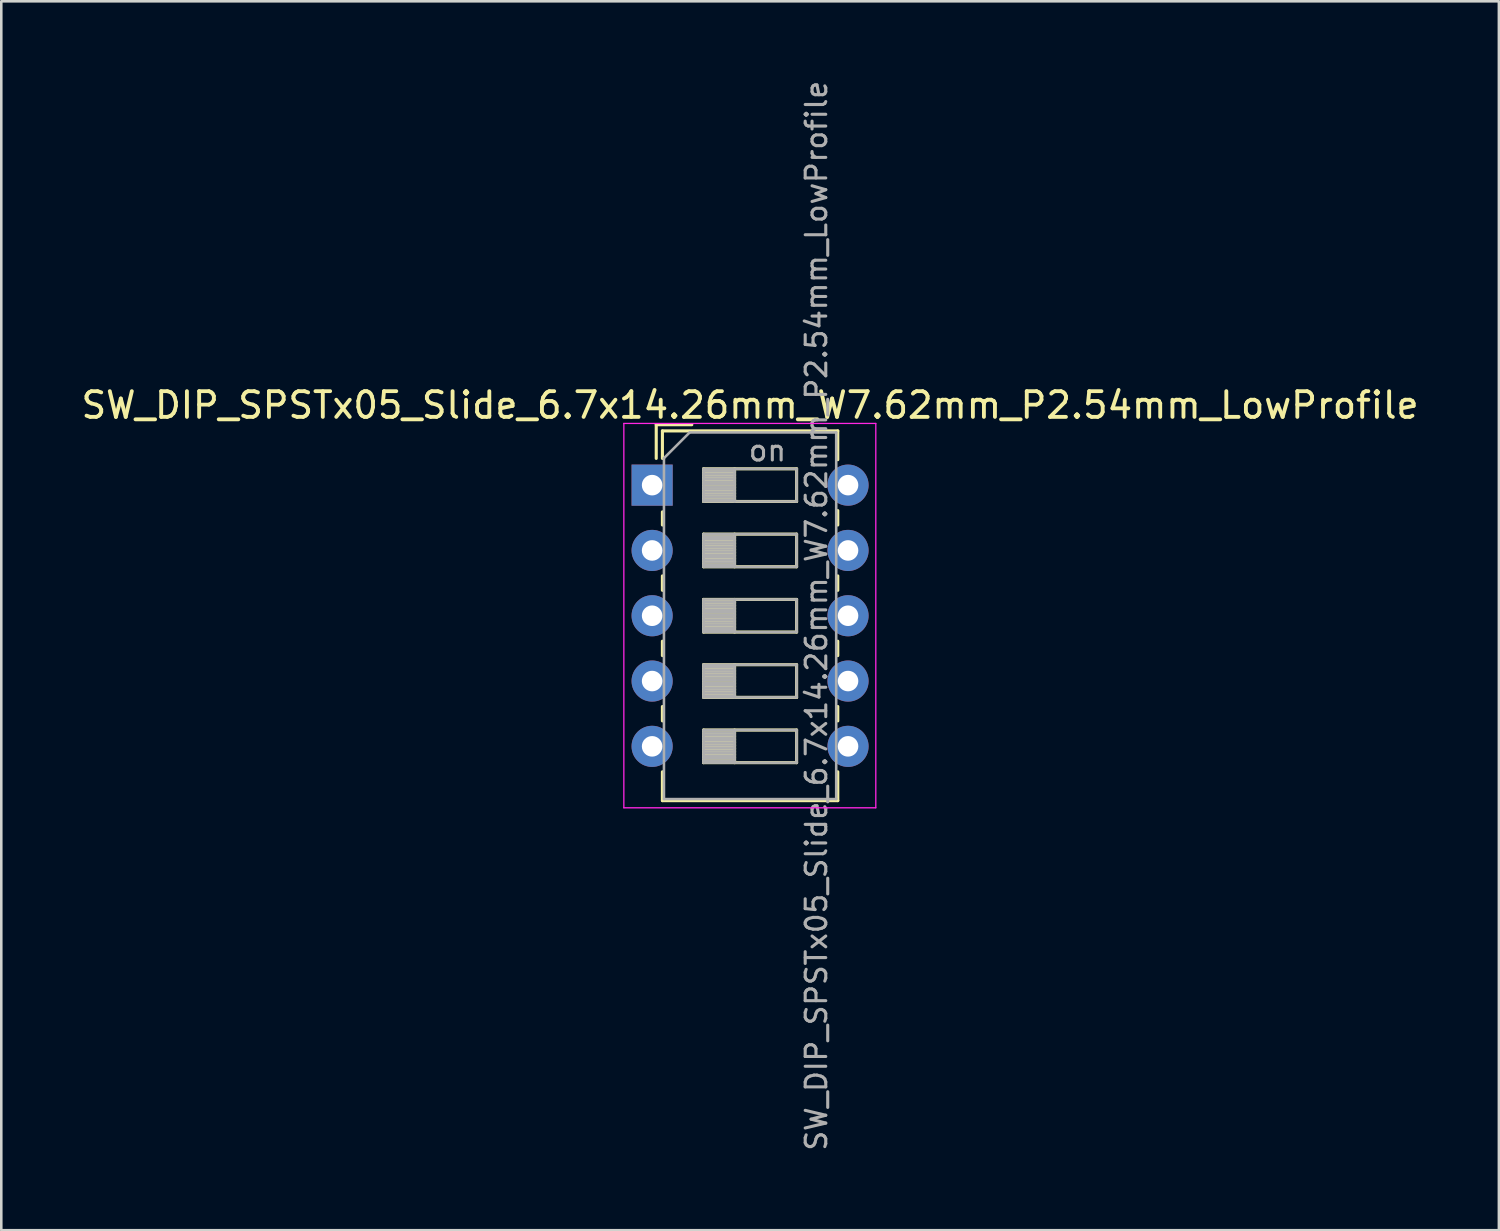
<source format=kicad_pcb>
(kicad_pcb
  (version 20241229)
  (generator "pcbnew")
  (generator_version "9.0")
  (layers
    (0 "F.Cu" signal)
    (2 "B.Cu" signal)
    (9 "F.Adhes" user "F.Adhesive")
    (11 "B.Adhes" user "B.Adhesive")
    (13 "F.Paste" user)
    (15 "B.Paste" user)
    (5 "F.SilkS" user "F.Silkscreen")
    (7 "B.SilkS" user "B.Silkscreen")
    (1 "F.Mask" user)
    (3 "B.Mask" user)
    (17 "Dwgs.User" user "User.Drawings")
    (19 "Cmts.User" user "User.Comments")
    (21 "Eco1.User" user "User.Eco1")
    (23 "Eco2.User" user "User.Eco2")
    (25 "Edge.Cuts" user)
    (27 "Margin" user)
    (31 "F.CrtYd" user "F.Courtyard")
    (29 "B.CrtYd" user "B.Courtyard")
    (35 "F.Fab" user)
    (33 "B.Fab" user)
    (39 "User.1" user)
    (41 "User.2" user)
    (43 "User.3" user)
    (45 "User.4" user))
  (footprint "SW_DIP_SPSTx05_Slide_6.7x14.26mm_W7.62mm_P2.54mm_LowProfile"
    (layer "F.Cu")
    (at 22.315 15.82)
    (property "Reference" "SW_DIP_SPSTx05_Slide_6.7x14.26mm_W7.62mm_P2.54mm_LowProfile" (at 3.81 -3.11 0) (layer "F.SilkS") (effects (font (size 1 1) (thickness 0.15))))
    (attr through_hole)
    (fp_line (start 0.16 -2.35) (end 0.16 -1.04) (stroke (width 0.12) (type solid)) (layer "F.SilkS"))
    (fp_line (start 0.16 -2.35) (end 1.543 -2.35) (stroke (width 0.12) (type solid)) (layer "F.SilkS"))
    (fp_line (start 0.4 -2.11) (end 0.4 -1.04) (stroke (width 0.12) (type solid)) (layer "F.SilkS"))
    (fp_line (start 0.4 -2.11) (end 7.221 -2.11) (stroke (width 0.12) (type solid)) (layer "F.SilkS"))
    (fp_line (start 0.4 1.04) (end 0.4 1.551) (stroke (width 0.12) (type solid)) (layer "F.SilkS"))
    (fp_line (start 0.4 3.53) (end 0.4 4.091) (stroke (width 0.12) (type solid)) (layer "F.SilkS"))
    (fp_line (start 0.4 6.07) (end 0.4 6.631) (stroke (width 0.12) (type solid)) (layer "F.SilkS"))
    (fp_line (start 0.4 8.61) (end 0.4 9.17) (stroke (width 0.12) (type solid)) (layer "F.SilkS"))
    (fp_line (start 0.4 11.15) (end 0.4 12.271) (stroke (width 0.12) (type solid)) (layer "F.SilkS"))
    (fp_line (start 0.4 12.271) (end 7.221 12.271) (stroke (width 0.12) (type solid)) (layer "F.SilkS"))
    (fp_line (start 2 -0.635) (end 2 0.635) (stroke (width 0.12) (type solid)) (layer "F.SilkS"))
    (fp_line (start 2 -0.515) (end 3.207 -0.515) (stroke (width 0.12) (type solid)) (layer "F.SilkS"))
    (fp_line (start 2 -0.395) (end 3.207 -0.395) (stroke (width 0.12) (type solid)) (layer "F.SilkS"))
    (fp_line (start 2 -0.275) (end 3.207 -0.275) (stroke (width 0.12) (type solid)) (layer "F.SilkS"))
    (fp_line (start 2 -0.155) (end 3.207 -0.155) (stroke (width 0.12) (type solid)) (layer "F.SilkS"))
    (fp_line (start 2 -0.035) (end 3.207 -0.035) (stroke (width 0.12) (type solid)) (layer "F.SilkS"))
    (fp_line (start 2 0.085) (end 3.207 0.085) (stroke (width 0.12) (type solid)) (layer "F.SilkS"))
    (fp_line (start 2 0.205) (end 3.207 0.205) (stroke (width 0.12) (type solid)) (layer "F.SilkS"))
    (fp_line (start 2 0.325) (end 3.207 0.325) (stroke (width 0.12) (type solid)) (layer "F.SilkS"))
    (fp_line (start 2 0.445) (end 3.207 0.445) (stroke (width 0.12) (type solid)) (layer "F.SilkS"))
    (fp_line (start 2 0.565) (end 3.207 0.565) (stroke (width 0.12) (type solid)) (layer "F.SilkS"))
    (fp_line (start 2 0.635) (end 5.62 0.635) (stroke (width 0.12) (type solid)) (layer "F.SilkS"))
    (fp_line (start 2 1.905) (end 2 3.175) (stroke (width 0.12) (type solid)) (layer "F.SilkS"))
    (fp_line (start 2 2.025) (end 3.207 2.025) (stroke (width 0.12) (type solid)) (layer "F.SilkS"))
    (fp_line (start 2 2.145) (end 3.207 2.145) (stroke (width 0.12) (type solid)) (layer "F.SilkS"))
    (fp_line (start 2 2.265) (end 3.207 2.265) (stroke (width 0.12) (type solid)) (layer "F.SilkS"))
    (fp_line (start 2 2.385) (end 3.207 2.385) (stroke (width 0.12) (type solid)) (layer "F.SilkS"))
    (fp_line (start 2 2.505) (end 3.207 2.505) (stroke (width 0.12) (type solid)) (layer "F.SilkS"))
    (fp_line (start 2 2.625) (end 3.207 2.625) (stroke (width 0.12) (type solid)) (layer "F.SilkS"))
    (fp_line (start 2 2.745) (end 3.207 2.745) (stroke (width 0.12) (type solid)) (layer "F.SilkS"))
    (fp_line (start 2 2.865) (end 3.207 2.865) (stroke (width 0.12) (type solid)) (layer "F.SilkS"))
    (fp_line (start 2 2.985) (end 3.207 2.985) (stroke (width 0.12) (type solid)) (layer "F.SilkS"))
    (fp_line (start 2 3.105) (end 3.207 3.105) (stroke (width 0.12) (type solid)) (layer "F.SilkS"))
    (fp_line (start 2 3.175) (end 5.62 3.175) (stroke (width 0.12) (type solid)) (layer "F.SilkS"))
    (fp_line (start 2 4.445) (end 2 5.715) (stroke (width 0.12) (type solid)) (layer "F.SilkS"))
    (fp_line (start 2 4.565) (end 3.207 4.565) (stroke (width 0.12) (type solid)) (layer "F.SilkS"))
    (fp_line (start 2 4.685) (end 3.207 4.685) (stroke (width 0.12) (type solid)) (layer "F.SilkS"))
    (fp_line (start 2 4.805) (end 3.207 4.805) (stroke (width 0.12) (type solid)) (layer "F.SilkS"))
    (fp_line (start 2 4.925) (end 3.207 4.925) (stroke (width 0.12) (type solid)) (layer "F.SilkS"))
    (fp_line (start 2 5.045) (end 3.207 5.045) (stroke (width 0.12) (type solid)) (layer "F.SilkS"))
    (fp_line (start 2 5.165) (end 3.207 5.165) (stroke (width 0.12) (type solid)) (layer "F.SilkS"))
    (fp_line (start 2 5.285) (end 3.207 5.285) (stroke (width 0.12) (type solid)) (layer "F.SilkS"))
    (fp_line (start 2 5.405) (end 3.207 5.405) (stroke (width 0.12) (type solid)) (layer "F.SilkS"))
    (fp_line (start 2 5.525) (end 3.207 5.525) (stroke (width 0.12) (type solid)) (layer "F.SilkS"))
    (fp_line (start 2 5.645) (end 3.207 5.645) (stroke (width 0.12) (type solid)) (layer "F.SilkS"))
    (fp_line (start 2 5.715) (end 5.62 5.715) (stroke (width 0.12) (type solid)) (layer "F.SilkS"))
    (fp_line (start 2 6.985) (end 2 8.255) (stroke (width 0.12) (type solid)) (layer "F.SilkS"))
    (fp_line (start 2 7.105) (end 3.207 7.105) (stroke (width 0.12) (type solid)) (layer "F.SilkS"))
    (fp_line (start 2 7.225) (end 3.207 7.225) (stroke (width 0.12) (type solid)) (layer "F.SilkS"))
    (fp_line (start 2 7.345) (end 3.207 7.345) (stroke (width 0.12) (type solid)) (layer "F.SilkS"))
    (fp_line (start 2 7.465) (end 3.207 7.465) (stroke (width 0.12) (type solid)) (layer "F.SilkS"))
    (fp_line (start 2 7.585) (end 3.207 7.585) (stroke (width 0.12) (type solid)) (layer "F.SilkS"))
    (fp_line (start 2 7.705) (end 3.207 7.705) (stroke (width 0.12) (type solid)) (layer "F.SilkS"))
    (fp_line (start 2 7.825) (end 3.207 7.825) (stroke (width 0.12) (type solid)) (layer "F.SilkS"))
    (fp_line (start 2 7.945) (end 3.207 7.945) (stroke (width 0.12) (type solid)) (layer "F.SilkS"))
    (fp_line (start 2 8.065) (end 3.207 8.065) (stroke (width 0.12) (type solid)) (layer "F.SilkS"))
    (fp_line (start 2 8.185) (end 3.207 8.185) (stroke (width 0.12) (type solid)) (layer "F.SilkS"))
    (fp_line (start 2 8.255) (end 5.62 8.255) (stroke (width 0.12) (type solid)) (layer "F.SilkS"))
    (fp_line (start 2 9.525) (end 2 10.795) (stroke (width 0.12) (type solid)) (layer "F.SilkS"))
    (fp_line (start 2 9.645) (end 3.207 9.645) (stroke (width 0.12) (type solid)) (layer "F.SilkS"))
    (fp_line (start 2 9.765) (end 3.207 9.765) (stroke (width 0.12) (type solid)) (layer "F.SilkS"))
    (fp_line (start 2 9.885) (end 3.207 9.885) (stroke (width 0.12) (type solid)) (layer "F.SilkS"))
    (fp_line (start 2 10.005) (end 3.207 10.005) (stroke (width 0.12) (type solid)) (layer "F.SilkS"))
    (fp_line (start 2 10.125) (end 3.207 10.125) (stroke (width 0.12) (type solid)) (layer "F.SilkS"))
    (fp_line (start 2 10.245) (end 3.207 10.245) (stroke (width 0.12) (type solid)) (layer "F.SilkS"))
    (fp_line (start 2 10.365) (end 3.207 10.365) (stroke (width 0.12) (type solid)) (layer "F.SilkS"))
    (fp_line (start 2 10.485) (end 3.207 10.485) (stroke (width 0.12) (type solid)) (layer "F.SilkS"))
    (fp_line (start 2 10.605) (end 3.207 10.605) (stroke (width 0.12) (type solid)) (layer "F.SilkS"))
    (fp_line (start 2 10.725) (end 3.207 10.725) (stroke (width 0.12) (type solid)) (layer "F.SilkS"))
    (fp_line (start 2 10.795) (end 5.62 10.795) (stroke (width 0.12) (type solid)) (layer "F.SilkS"))
    (fp_line (start 3.207 -0.635) (end 3.207 0.635) (stroke (width 0.12) (type solid)) (layer "F.SilkS"))
    (fp_line (start 3.207 1.905) (end 3.207 3.175) (stroke (width 0.12) (type solid)) (layer "F.SilkS"))
    (fp_line (start 3.207 4.445) (end 3.207 5.715) (stroke (width 0.12) (type solid)) (layer "F.SilkS"))
    (fp_line (start 3.207 6.985) (end 3.207 8.255) (stroke (width 0.12) (type solid)) (layer "F.SilkS"))
    (fp_line (start 3.207 9.525) (end 3.207 10.795) (stroke (width 0.12) (type solid)) (layer "F.SilkS"))
    (fp_line (start 5.62 -0.635) (end 2 -0.635) (stroke (width 0.12) (type solid)) (layer "F.SilkS"))
    (fp_line (start 5.62 0.635) (end 5.62 -0.635) (stroke (width 0.12) (type solid)) (layer "F.SilkS"))
    (fp_line (start 5.62 1.905) (end 2 1.905) (stroke (width 0.12) (type solid)) (layer "F.SilkS"))
    (fp_line (start 5.62 3.175) (end 5.62 1.905) (stroke (width 0.12) (type solid)) (layer "F.SilkS"))
    (fp_line (start 5.62 4.445) (end 2 4.445) (stroke (width 0.12) (type solid)) (layer "F.SilkS"))
    (fp_line (start 5.62 5.715) (end 5.62 4.445) (stroke (width 0.12) (type solid)) (layer "F.SilkS"))
    (fp_line (start 5.62 6.985) (end 2 6.985) (stroke (width 0.12) (type solid)) (layer "F.SilkS"))
    (fp_line (start 5.62 8.255) (end 5.62 6.985) (stroke (width 0.12) (type solid)) (layer "F.SilkS"))
    (fp_line (start 5.62 9.525) (end 2 9.525) (stroke (width 0.12) (type solid)) (layer "F.SilkS"))
    (fp_line (start 5.62 10.795) (end 5.62 9.525) (stroke (width 0.12) (type solid)) (layer "F.SilkS"))
    (fp_line (start 7.221 -2.11) (end 7.221 -0.99) (stroke (width 0.12) (type solid)) (layer "F.SilkS"))
    (fp_line (start 7.221 0.99) (end 7.221 1.551) (stroke (width 0.12) (type solid)) (layer "F.SilkS"))
    (fp_line (start 7.221 3.53) (end 7.221 4.091) (stroke (width 0.12) (type solid)) (layer "F.SilkS"))
    (fp_line (start 7.221 6.07) (end 7.221 6.631) (stroke (width 0.12) (type solid)) (layer "F.SilkS"))
    (fp_line (start 7.221 8.61) (end 7.221 9.17) (stroke (width 0.12) (type solid)) (layer "F.SilkS"))
    (fp_line (start 7.221 11.15) (end 7.221 12.271) (stroke (width 0.12) (type solid)) (layer "F.SilkS"))
    (fp_line (start -1.1 -2.4) (end -1.1 12.55) (stroke (width 0.05) (type solid)) (layer "F.CrtYd"))
    (fp_line (start -1.1 12.55) (end 8.7 12.55) (stroke (width 0.05) (type solid)) (layer "F.CrtYd"))
    (fp_line (start 8.7 -2.4) (end -1.1 -2.4) (stroke (width 0.05) (type solid)) (layer "F.CrtYd"))
    (fp_line (start 8.7 12.55) (end 8.7 -2.4) (stroke (width 0.05) (type solid)) (layer "F.CrtYd"))
    (fp_line (start 0.46 -1.05) (end 1.46 -2.05) (stroke (width 0.1) (type solid)) (layer "F.Fab"))
    (fp_line (start 0.46 12.21) (end 0.46 -1.05) (stroke (width 0.1) (type solid)) (layer "F.Fab"))
    (fp_line (start 1.46 -2.05) (end 7.16 -2.05) (stroke (width 0.1) (type solid)) (layer "F.Fab"))
    (fp_line (start 2 -0.635) (end 2 0.635) (stroke (width 0.1) (type solid)) (layer "F.Fab"))
    (fp_line (start 2 -0.535) (end 3.207 -0.535) (stroke (width 0.1) (type solid)) (layer "F.Fab"))
    (fp_line (start 2 -0.435) (end 3.207 -0.435) (stroke (width 0.1) (type solid)) (layer "F.Fab"))
    (fp_line (start 2 -0.335) (end 3.207 -0.335) (stroke (width 0.1) (type solid)) (layer "F.Fab"))
    (fp_line (start 2 -0.235) (end 3.207 -0.235) (stroke (width 0.1) (type solid)) (layer "F.Fab"))
    (fp_line (start 2 -0.135) (end 3.207 -0.135) (stroke (width 0.1) (type solid)) (layer "F.Fab"))
    (fp_line (start 2 -0.035) (end 3.207 -0.035) (stroke (width 0.1) (type solid)) (layer "F.Fab"))
    (fp_line (start 2 0.065) (end 3.207 0.065) (stroke (width 0.1) (type solid)) (layer "F.Fab"))
    (fp_line (start 2 0.165) (end 3.207 0.165) (stroke (width 0.1) (type solid)) (layer "F.Fab"))
    (fp_line (start 2 0.265) (end 3.207 0.265) (stroke (width 0.1) (type solid)) (layer "F.Fab"))
    (fp_line (start 2 0.365) (end 3.207 0.365) (stroke (width 0.1) (type solid)) (layer "F.Fab"))
    (fp_line (start 2 0.465) (end 3.207 0.465) (stroke (width 0.1) (type solid)) (layer "F.Fab"))
    (fp_line (start 2 0.565) (end 3.207 0.565) (stroke (width 0.1) (type solid)) (layer "F.Fab"))
    (fp_line (start 2 0.635) (end 5.62 0.635) (stroke (width 0.1) (type solid)) (layer "F.Fab"))
    (fp_line (start 2 1.905) (end 2 3.175) (stroke (width 0.1) (type solid)) (layer "F.Fab"))
    (fp_line (start 2 2.005) (end 3.207 2.005) (stroke (width 0.1) (type solid)) (layer "F.Fab"))
    (fp_line (start 2 2.105) (end 3.207 2.105) (stroke (width 0.1) (type solid)) (layer "F.Fab"))
    (fp_line (start 2 2.205) (end 3.207 2.205) (stroke (width 0.1) (type solid)) (layer "F.Fab"))
    (fp_line (start 2 2.305) (end 3.207 2.305) (stroke (width 0.1) (type solid)) (layer "F.Fab"))
    (fp_line (start 2 2.405) (end 3.207 2.405) (stroke (width 0.1) (type solid)) (layer "F.Fab"))
    (fp_line (start 2 2.505) (end 3.207 2.505) (stroke (width 0.1) (type solid)) (layer "F.Fab"))
    (fp_line (start 2 2.605) (end 3.207 2.605) (stroke (width 0.1) (type solid)) (layer "F.Fab"))
    (fp_line (start 2 2.705) (end 3.207 2.705) (stroke (width 0.1) (type solid)) (layer "F.Fab"))
    (fp_line (start 2 2.805) (end 3.207 2.805) (stroke (width 0.1) (type solid)) (layer "F.Fab"))
    (fp_line (start 2 2.905) (end 3.207 2.905) (stroke (width 0.1) (type solid)) (layer "F.Fab"))
    (fp_line (start 2 3.005) (end 3.207 3.005) (stroke (width 0.1) (type solid)) (layer "F.Fab"))
    (fp_line (start 2 3.105) (end 3.207 3.105) (stroke (width 0.1) (type solid)) (layer "F.Fab"))
    (fp_line (start 2 3.175) (end 5.62 3.175) (stroke (width 0.1) (type solid)) (layer "F.Fab"))
    (fp_line (start 2 4.445) (end 2 5.715) (stroke (width 0.1) (type solid)) (layer "F.Fab"))
    (fp_line (start 2 4.545) (end 3.207 4.545) (stroke (width 0.1) (type solid)) (layer "F.Fab"))
    (fp_line (start 2 4.645) (end 3.207 4.645) (stroke (width 0.1) (type solid)) (layer "F.Fab"))
    (fp_line (start 2 4.745) (end 3.207 4.745) (stroke (width 0.1) (type solid)) (layer "F.Fab"))
    (fp_line (start 2 4.845) (end 3.207 4.845) (stroke (width 0.1) (type solid)) (layer "F.Fab"))
    (fp_line (start 2 4.945) (end 3.207 4.945) (stroke (width 0.1) (type solid)) (layer "F.Fab"))
    (fp_line (start 2 5.045) (end 3.207 5.045) (stroke (width 0.1) (type solid)) (layer "F.Fab"))
    (fp_line (start 2 5.145) (end 3.207 5.145) (stroke (width 0.1) (type solid)) (layer "F.Fab"))
    (fp_line (start 2 5.245) (end 3.207 5.245) (stroke (width 0.1) (type solid)) (layer "F.Fab"))
    (fp_line (start 2 5.345) (end 3.207 5.345) (stroke (width 0.1) (type solid)) (layer "F.Fab"))
    (fp_line (start 2 5.445) (end 3.207 5.445) (stroke (width 0.1) (type solid)) (layer "F.Fab"))
    (fp_line (start 2 5.545) (end 3.207 5.545) (stroke (width 0.1) (type solid)) (layer "F.Fab"))
    (fp_line (start 2 5.645) (end 3.207 5.645) (stroke (width 0.1) (type solid)) (layer "F.Fab"))
    (fp_line (start 2 5.715) (end 5.62 5.715) (stroke (width 0.1) (type solid)) (layer "F.Fab"))
    (fp_line (start 2 6.985) (end 2 8.255) (stroke (width 0.1) (type solid)) (layer "F.Fab"))
    (fp_line (start 2 7.085) (end 3.207 7.085) (stroke (width 0.1) (type solid)) (layer "F.Fab"))
    (fp_line (start 2 7.185) (end 3.207 7.185) (stroke (width 0.1) (type solid)) (layer "F.Fab"))
    (fp_line (start 2 7.285) (end 3.207 7.285) (stroke (width 0.1) (type solid)) (layer "F.Fab"))
    (fp_line (start 2 7.385) (end 3.207 7.385) (stroke (width 0.1) (type solid)) (layer "F.Fab"))
    (fp_line (start 2 7.485) (end 3.207 7.485) (stroke (width 0.1) (type solid)) (layer "F.Fab"))
    (fp_line (start 2 7.585) (end 3.207 7.585) (stroke (width 0.1) (type solid)) (layer "F.Fab"))
    (fp_line (start 2 7.685) (end 3.207 7.685) (stroke (width 0.1) (type solid)) (layer "F.Fab"))
    (fp_line (start 2 7.785) (end 3.207 7.785) (stroke (width 0.1) (type solid)) (layer "F.Fab"))
    (fp_line (start 2 7.885) (end 3.207 7.885) (stroke (width 0.1) (type solid)) (layer "F.Fab"))
    (fp_line (start 2 7.985) (end 3.207 7.985) (stroke (width 0.1) (type solid)) (layer "F.Fab"))
    (fp_line (start 2 8.085) (end 3.207 8.085) (stroke (width 0.1) (type solid)) (layer "F.Fab"))
    (fp_line (start 2 8.185) (end 3.207 8.185) (stroke (width 0.1) (type solid)) (layer "F.Fab"))
    (fp_line (start 2 8.255) (end 5.62 8.255) (stroke (width 0.1) (type solid)) (layer "F.Fab"))
    (fp_line (start 2 9.525) (end 2 10.795) (stroke (width 0.1) (type solid)) (layer "F.Fab"))
    (fp_line (start 2 9.625) (end 3.207 9.625) (stroke (width 0.1) (type solid)) (layer "F.Fab"))
    (fp_line (start 2 9.725) (end 3.207 9.725) (stroke (width 0.1) (type solid)) (layer "F.Fab"))
    (fp_line (start 2 9.825) (end 3.207 9.825) (stroke (width 0.1) (type solid)) (layer "F.Fab"))
    (fp_line (start 2 9.925) (end 3.207 9.925) (stroke (width 0.1) (type solid)) (layer "F.Fab"))
    (fp_line (start 2 10.025) (end 3.207 10.025) (stroke (width 0.1) (type solid)) (layer "F.Fab"))
    (fp_line (start 2 10.125) (end 3.207 10.125) (stroke (width 0.1) (type solid)) (layer "F.Fab"))
    (fp_line (start 2 10.225) (end 3.207 10.225) (stroke (width 0.1) (type solid)) (layer "F.Fab"))
    (fp_line (start 2 10.325) (end 3.207 10.325) (stroke (width 0.1) (type solid)) (layer "F.Fab"))
    (fp_line (start 2 10.425) (end 3.207 10.425) (stroke (width 0.1) (type solid)) (layer "F.Fab"))
    (fp_line (start 2 10.525) (end 3.207 10.525) (stroke (width 0.1) (type solid)) (layer "F.Fab"))
    (fp_line (start 2 10.625) (end 3.207 10.625) (stroke (width 0.1) (type solid)) (layer "F.Fab"))
    (fp_line (start 2 10.725) (end 3.207 10.725) (stroke (width 0.1) (type solid)) (layer "F.Fab"))
    (fp_line (start 2 10.795) (end 5.62 10.795) (stroke (width 0.1) (type solid)) (layer "F.Fab"))
    (fp_line (start 3.207 -0.635) (end 3.207 0.635) (stroke (width 0.1) (type solid)) (layer "F.Fab"))
    (fp_line (start 3.207 1.905) (end 3.207 3.175) (stroke (width 0.1) (type solid)) (layer "F.Fab"))
    (fp_line (start 3.207 4.445) (end 3.207 5.715) (stroke (width 0.1) (type solid)) (layer "F.Fab"))
    (fp_line (start 3.207 6.985) (end 3.207 8.255) (stroke (width 0.1) (type solid)) (layer "F.Fab"))
    (fp_line (start 3.207 9.525) (end 3.207 10.795) (stroke (width 0.1) (type solid)) (layer "F.Fab"))
    (fp_line (start 5.62 -0.635) (end 2 -0.635) (stroke (width 0.1) (type solid)) (layer "F.Fab"))
    (fp_line (start 5.62 0.635) (end 5.62 -0.635) (stroke (width 0.1) (type solid)) (layer "F.Fab"))
    (fp_line (start 5.62 1.905) (end 2 1.905) (stroke (width 0.1) (type solid)) (layer "F.Fab"))
    (fp_line (start 5.62 3.175) (end 5.62 1.905) (stroke (width 0.1) (type solid)) (layer "F.Fab"))
    (fp_line (start 5.62 4.445) (end 2 4.445) (stroke (width 0.1) (type solid)) (layer "F.Fab"))
    (fp_line (start 5.62 5.715) (end 5.62 4.445) (stroke (width 0.1) (type solid)) (layer "F.Fab"))
    (fp_line (start 5.62 6.985) (end 2 6.985) (stroke (width 0.1) (type solid)) (layer "F.Fab"))
    (fp_line (start 5.62 8.255) (end 5.62 6.985) (stroke (width 0.1) (type solid)) (layer "F.Fab"))
    (fp_line (start 5.62 9.525) (end 2 9.525) (stroke (width 0.1) (type solid)) (layer "F.Fab"))
    (fp_line (start 5.62 10.795) (end 5.62 9.525) (stroke (width 0.1) (type solid)) (layer "F.Fab"))
    (fp_line (start 7.16 -2.05) (end 7.16 12.21) (stroke (width 0.1) (type solid)) (layer "F.Fab"))
    (fp_line (start 7.16 12.21) (end 0.46 12.21) (stroke (width 0.1) (type solid)) (layer "F.Fab"))
    (fp_text user "on" (at 4.485 -1.343 0) (layer "F.Fab") (effects (font (size 0.8 0.8) (thickness 0.12))))
    (fp_text user "${REFERENCE}" (at 6.39 5.08 90) (layer "F.Fab") (effects (font (size 0.8 0.8) (thickness 0.12))))
    (pad "1" thru_hole rect (at 0 0) (size 1.6 1.6) (drill 0.8) (layers "*.Cu" "*.Mask"))
    (pad "2" thru_hole oval (at 0 2.54) (size 1.6 1.6) (drill 0.8) (layers "*.Cu" "*.Mask"))
    (pad "3" thru_hole oval (at 0 5.08) (size 1.6 1.6) (drill 0.8) (layers "*.Cu" "*.Mask"))
    (pad "4" thru_hole oval (at 0 7.62) (size 1.6 1.6) (drill 0.8) (layers "*.Cu" "*.Mask"))
    (pad "5" thru_hole oval (at 0 10.16) (size 1.6 1.6) (drill 0.8) (layers "*.Cu" "*.Mask"))
    (pad "6" thru_hole oval (at 7.62 10.16) (size 1.6 1.6) (drill 0.8) (layers "*.Cu" "*.Mask"))
    (pad "7" thru_hole oval (at 7.62 7.62) (size 1.6 1.6) (drill 0.8) (layers "*.Cu" "*.Mask"))
    (pad "8" thru_hole oval (at 7.62 5.08) (size 1.6 1.6) (drill 0.8) (layers "*.Cu" "*.Mask"))
    (pad "9" thru_hole oval (at 7.62 2.54) (size 1.6 1.6) (drill 0.8) (layers "*.Cu" "*.Mask"))
    (pad "10" thru_hole oval (at 7.62 0) (size 1.6 1.6) (drill 0.8) (layers "*.Cu" "*.Mask")))
  (gr_rect
    (start -3 -3)
    (end 55.25 44.8)
    (stroke (width 0.1) (type default))
    (fill no)
    (layer "Edge.Cuts")))
</source>
